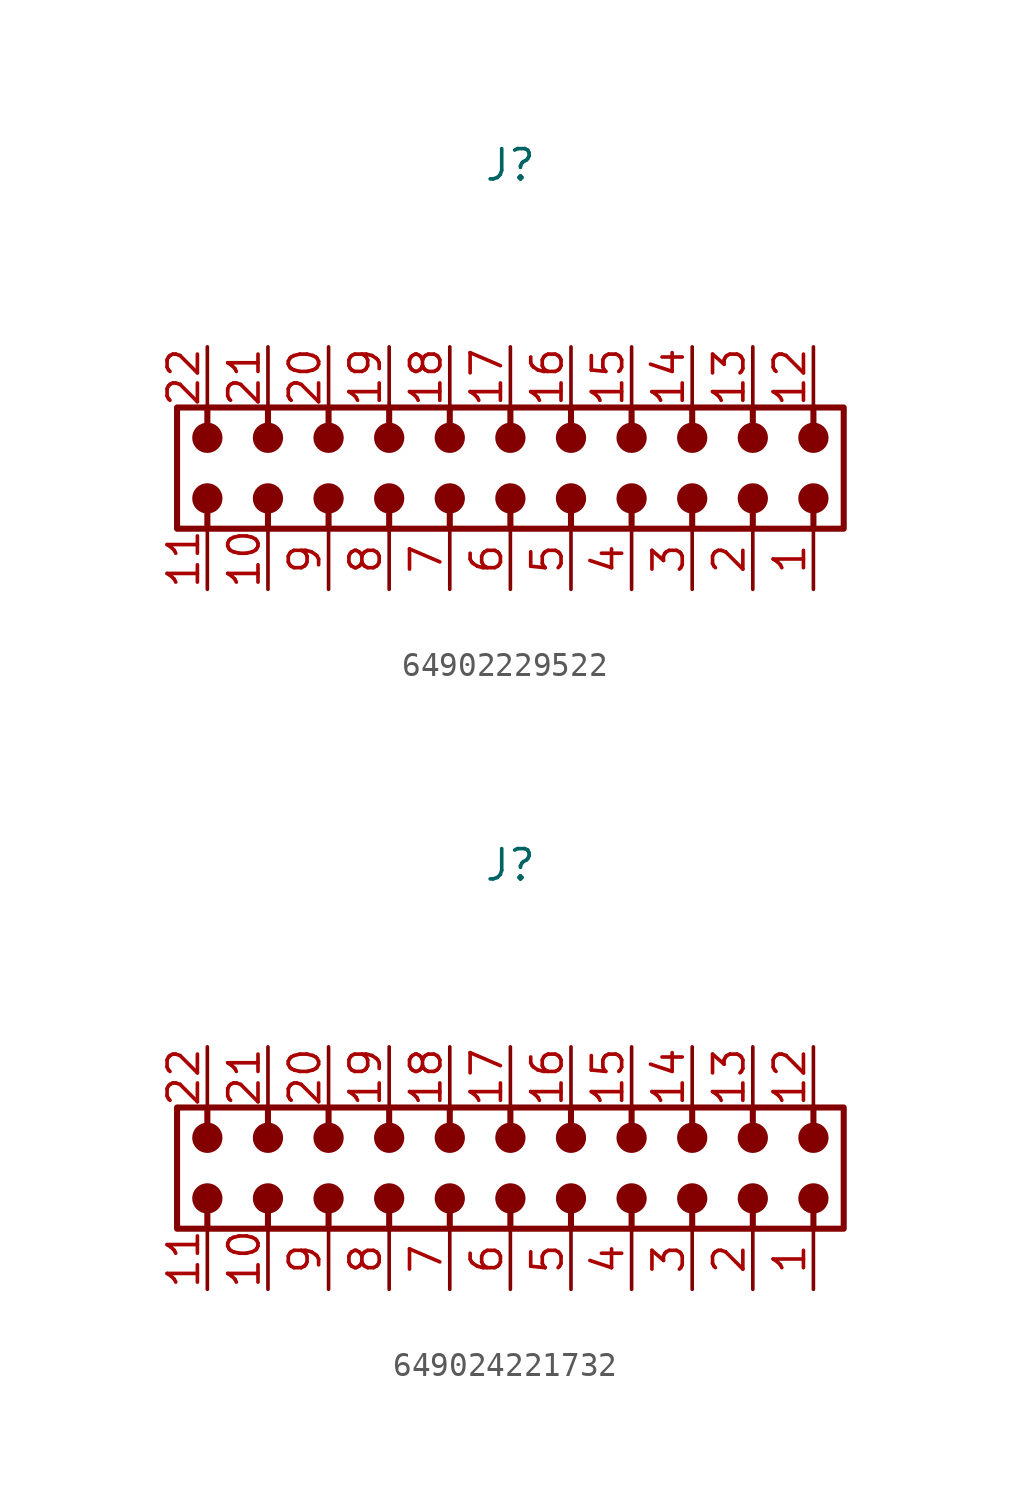
<source format=kicad_sym>
(kicad_symbol_lib
  (version 20241209)
  (generator "kicad_symbol_editor")
  (generator_version "9.0")
  (symbol "64902229522"
    (pin_names
      (hide yes))
    (property "Reference" "J"
      (at 0 12.7 0)
      (effects (font (size 1.27 1.27))))
    (symbol "64902229522_1_1"
      (rectangle (start -13.97 2.54) (end 13.97 -2.54) (stroke (width 0.254) (type solid)) (fill (type none)))
      (polyline (pts (xy -12.7 1.778) (xy -12.7 2.54)) (stroke (width 0.254) (type solid)) (fill (type none)))
      (circle (center -12.7 1.27) (radius 0.508) (stroke (width 0.254) (type solid)) (fill (type outline)))
      (circle (center -12.7 -1.27) (radius 0.508) (stroke (width 0.254) (type solid)) (fill (type outline)))
      (polyline (pts (xy -12.7 -1.778) (xy -12.7 -2.54)) (stroke (width 0.254) (type solid)) (fill (type none)))
      (polyline (pts (xy -10.16 1.778) (xy -10.16 2.54)) (stroke (width 0.254) (type solid)) (fill (type none)))
      (circle (center -10.16 1.27) (radius 0.508) (stroke (width 0.254) (type solid)) (fill (type outline)))
      (circle (center -10.16 -1.27) (radius 0.508) (stroke (width 0.254) (type solid)) (fill (type outline)))
      (polyline (pts (xy -10.16 -1.778) (xy -10.16 -2.54)) (stroke (width 0.254) (type solid)) (fill (type none)))
      (polyline (pts (xy -7.62 1.778) (xy -7.62 2.54)) (stroke (width 0.254) (type solid)) (fill (type none)))
      (circle (center -7.62 1.27) (radius 0.508) (stroke (width 0.254) (type solid)) (fill (type outline)))
      (circle (center -7.62 -1.27) (radius 0.508) (stroke (width 0.254) (type solid)) (fill (type outline)))
      (polyline (pts (xy -7.62 -1.778) (xy -7.62 -2.54)) (stroke (width 0.254) (type solid)) (fill (type none)))
      (polyline (pts (xy -5.08 1.778) (xy -5.08 2.54)) (stroke (width 0.254) (type solid)) (fill (type none)))
      (circle (center -5.08 1.27) (radius 0.508) (stroke (width 0.254) (type solid)) (fill (type outline)))
      (circle (center -5.08 -1.27) (radius 0.508) (stroke (width 0.254) (type solid)) (fill (type outline)))
      (polyline (pts (xy -5.08 -1.778) (xy -5.08 -2.54)) (stroke (width 0.254) (type solid)) (fill (type none)))
      (polyline (pts (xy -2.54 1.778) (xy -2.54 2.54)) (stroke (width 0.254) (type solid)) (fill (type none)))
      (circle (center -2.54 1.27) (radius 0.508) (stroke (width 0.254) (type solid)) (fill (type outline)))
      (circle (center -2.54 -1.27) (radius 0.508) (stroke (width 0.254) (type solid)) (fill (type outline)))
      (polyline (pts (xy -2.54 -1.778) (xy -2.54 -2.54)) (stroke (width 0.254) (type solid)) (fill (type none)))
      (polyline (pts (xy 0 1.778) (xy 0 2.54)) (stroke (width 0.254) (type solid)) (fill (type none)))
      (circle (center 0 1.27) (radius 0.508) (stroke (width 0.254) (type solid)) (fill (type outline)))
      (circle (center 0 -1.27) (radius 0.508) (stroke (width 0.254) (type solid)) (fill (type outline)))
      (polyline (pts (xy 0 -1.778) (xy 0 -2.54)) (stroke (width 0.254) (type solid)) (fill (type none)))
      (polyline (pts (xy 2.54 1.778) (xy 2.54 2.54)) (stroke (width 0.254) (type solid)) (fill (type none)))
      (circle (center 2.54 1.27) (radius 0.508) (stroke (width 0.254) (type solid)) (fill (type outline)))
      (circle (center 2.54 -1.27) (radius 0.508) (stroke (width 0.254) (type solid)) (fill (type outline)))
      (polyline (pts (xy 2.54 -1.778) (xy 2.54 -2.54)) (stroke (width 0.254) (type solid)) (fill (type none)))
      (polyline (pts (xy 5.08 1.778) (xy 5.08 2.54)) (stroke (width 0.254) (type solid)) (fill (type none)))
      (circle (center 5.08 1.27) (radius 0.508) (stroke (width 0.254) (type solid)) (fill (type outline)))
      (circle (center 5.08 -1.27) (radius 0.508) (stroke (width 0.254) (type solid)) (fill (type outline)))
      (polyline (pts (xy 5.08 -1.778) (xy 5.08 -2.54)) (stroke (width 0.254) (type solid)) (fill (type none)))
      (polyline (pts (xy 7.62 1.778) (xy 7.62 2.54)) (stroke (width 0.254) (type solid)) (fill (type none)))
      (circle (center 7.62 1.27) (radius 0.508) (stroke (width 0.254) (type solid)) (fill (type outline)))
      (circle (center 7.62 -1.27) (radius 0.508) (stroke (width 0.254) (type solid)) (fill (type outline)))
      (polyline (pts (xy 7.62 -1.778) (xy 7.62 -2.54)) (stroke (width 0.254) (type solid)) (fill (type none)))
      (polyline (pts (xy 10.16 1.778) (xy 10.16 2.54)) (stroke (width 0.254) (type solid)) (fill (type none)))
      (circle (center 10.16 1.27) (radius 0.508) (stroke (width 0.254) (type solid)) (fill (type outline)))
      (circle (center 10.16 -1.27) (radius 0.508) (stroke (width 0.254) (type solid)) (fill (type outline)))
      (polyline (pts (xy 10.16 -1.778) (xy 10.16 -2.54)) (stroke (width 0.254) (type solid)) (fill (type none)))
      (polyline (pts (xy 12.7 1.778) (xy 12.7 2.54)) (stroke (width 0.254) (type solid)) (fill (type none)))
      (circle (center 12.7 1.27) (radius 0.508) (stroke (width 0.254) (type solid)) (fill (type outline)))
      (circle (center 12.7 -1.27) (radius 0.508) (stroke (width 0.254) (type solid)) (fill (type outline)))
      (polyline (pts (xy 12.7 -1.778) (xy 12.7 -2.54)) (stroke (width 0.254) (type solid)) (fill (type none)))
      (pin passive line (at -12.7 5.08 270) (length 2.54) (name "22" (effects (font (size 1.27 1.27)))) (number "22" (effects (font (size 1.27 1.27)))))
      (pin passive line (at -12.7 -5.08 90) (length 2.54) (name "11" (effects (font (size 1.27 1.27)))) (number "11" (effects (font (size 1.27 1.27)))))
      (pin passive line (at -10.16 5.08 270) (length 2.54) (name "21" (effects (font (size 1.27 1.27)))) (number "21" (effects (font (size 1.27 1.27)))))
      (pin passive line (at -10.16 -5.08 90) (length 2.54) (name "10" (effects (font (size 1.27 1.27)))) (number "10" (effects (font (size 1.27 1.27)))))
      (pin passive line (at -7.62 5.08 270) (length 2.54) (name "20" (effects (font (size 1.27 1.27)))) (number "20" (effects (font (size 1.27 1.27)))))
      (pin passive line (at -7.62 -5.08 90) (length 2.54) (name "9" (effects (font (size 1.27 1.27)))) (number "9" (effects (font (size 1.27 1.27)))))
      (pin passive line (at -5.08 5.08 270) (length 2.54) (name "19" (effects (font (size 1.27 1.27)))) (number "19" (effects (font (size 1.27 1.27)))))
      (pin passive line (at -5.08 -5.08 90) (length 2.54) (name "8" (effects (font (size 1.27 1.27)))) (number "8" (effects (font (size 1.27 1.27)))))
      (pin passive line (at -2.54 5.08 270) (length 2.54) (name "18" (effects (font (size 1.27 1.27)))) (number "18" (effects (font (size 1.27 1.27)))))
      (pin passive line (at -2.54 -5.08 90) (length 2.54) (name "7" (effects (font (size 1.27 1.27)))) (number "7" (effects (font (size 1.27 1.27)))))
      (pin passive line (at 0 5.08 270) (length 2.54) (name "17" (effects (font (size 1.27 1.27)))) (number "17" (effects (font (size 1.27 1.27)))))
      (pin passive line (at 0 -5.08 90) (length 2.54) (name "6" (effects (font (size 1.27 1.27)))) (number "6" (effects (font (size 1.27 1.27)))))
      (pin passive line (at 2.54 5.08 270) (length 2.54) (name "16" (effects (font (size 1.27 1.27)))) (number "16" (effects (font (size 1.27 1.27)))))
      (pin passive line (at 2.54 -5.08 90) (length 2.54) (name "5" (effects (font (size 1.27 1.27)))) (number "5" (effects (font (size 1.27 1.27)))))
      (pin passive line (at 5.08 5.08 270) (length 2.54) (name "15" (effects (font (size 1.27 1.27)))) (number "15" (effects (font (size 1.27 1.27)))))
      (pin passive line (at 5.08 -5.08 90) (length 2.54) (name "4" (effects (font (size 1.27 1.27)))) (number "4" (effects (font (size 1.27 1.27)))))
      (pin passive line (at 7.62 5.08 270) (length 2.54) (name "14" (effects (font (size 1.27 1.27)))) (number "14" (effects (font (size 1.27 1.27)))))
      (pin passive line (at 7.62 -5.08 90) (length 2.54) (name "3" (effects (font (size 1.27 1.27)))) (number "3" (effects (font (size 1.27 1.27)))))
      (pin passive line (at 10.16 5.08 270) (length 2.54) (name "13" (effects (font (size 1.27 1.27)))) (number "13" (effects (font (size 1.27 1.27)))))
      (pin passive line (at 10.16 -5.08 90) (length 2.54) (name "2" (effects (font (size 1.27 1.27)))) (number "2" (effects (font (size 1.27 1.27)))))
      (pin passive line (at 12.7 5.08 270) (length 2.54) (name "12" (effects (font (size 1.27 1.27)))) (number "12" (effects (font (size 1.27 1.27)))))
      (pin passive line (at 12.7 -5.08 90) (length 2.54) (name "1" (effects (font (size 1.27 1.27)))) (number "1" (effects (font (size 1.27 1.27)))))))
  (symbol "649024221732"
    (pin_names
      (hide yes))
    (property "Reference" "J"
      (at 0 12.7 0)
      (effects (font (size 1.27 1.27))))
    (symbol "649024221732_1_1"
      (rectangle (start -13.97 2.54) (end 13.97 -2.54) (stroke (width 0.254) (type solid)) (fill (type none)))
      (polyline (pts (xy -12.7 1.778) (xy -12.7 2.54)) (stroke (width 0.254) (type solid)) (fill (type none)))
      (circle (center -12.7 1.27) (radius 0.508) (stroke (width 0.254) (type solid)) (fill (type outline)))
      (circle (center -12.7 -1.27) (radius 0.508) (stroke (width 0.254) (type solid)) (fill (type outline)))
      (polyline (pts (xy -12.7 -1.778) (xy -12.7 -2.54)) (stroke (width 0.254) (type solid)) (fill (type none)))
      (polyline (pts (xy -10.16 1.778) (xy -10.16 2.54)) (stroke (width 0.254) (type solid)) (fill (type none)))
      (circle (center -10.16 1.27) (radius 0.508) (stroke (width 0.254) (type solid)) (fill (type outline)))
      (circle (center -10.16 -1.27) (radius 0.508) (stroke (width 0.254) (type solid)) (fill (type outline)))
      (polyline (pts (xy -10.16 -1.778) (xy -10.16 -2.54)) (stroke (width 0.254) (type solid)) (fill (type none)))
      (polyline (pts (xy -7.62 1.778) (xy -7.62 2.54)) (stroke (width 0.254) (type solid)) (fill (type none)))
      (circle (center -7.62 1.27) (radius 0.508) (stroke (width 0.254) (type solid)) (fill (type outline)))
      (circle (center -7.62 -1.27) (radius 0.508) (stroke (width 0.254) (type solid)) (fill (type outline)))
      (polyline (pts (xy -7.62 -1.778) (xy -7.62 -2.54)) (stroke (width 0.254) (type solid)) (fill (type none)))
      (polyline (pts (xy -5.08 1.778) (xy -5.08 2.54)) (stroke (width 0.254) (type solid)) (fill (type none)))
      (circle (center -5.08 1.27) (radius 0.508) (stroke (width 0.254) (type solid)) (fill (type outline)))
      (circle (center -5.08 -1.27) (radius 0.508) (stroke (width 0.254) (type solid)) (fill (type outline)))
      (polyline (pts (xy -5.08 -1.778) (xy -5.08 -2.54)) (stroke (width 0.254) (type solid)) (fill (type none)))
      (polyline (pts (xy -2.54 1.778) (xy -2.54 2.54)) (stroke (width 0.254) (type solid)) (fill (type none)))
      (circle (center -2.54 1.27) (radius 0.508) (stroke (width 0.254) (type solid)) (fill (type outline)))
      (circle (center -2.54 -1.27) (radius 0.508) (stroke (width 0.254) (type solid)) (fill (type outline)))
      (polyline (pts (xy -2.54 -1.778) (xy -2.54 -2.54)) (stroke (width 0.254) (type solid)) (fill (type none)))
      (polyline (pts (xy 0 1.778) (xy 0 2.54)) (stroke (width 0.254) (type solid)) (fill (type none)))
      (circle (center 0 1.27) (radius 0.508) (stroke (width 0.254) (type solid)) (fill (type outline)))
      (circle (center 0 -1.27) (radius 0.508) (stroke (width 0.254) (type solid)) (fill (type outline)))
      (polyline (pts (xy 0 -1.778) (xy 0 -2.54)) (stroke (width 0.254) (type solid)) (fill (type none)))
      (polyline (pts (xy 2.54 1.778) (xy 2.54 2.54)) (stroke (width 0.254) (type solid)) (fill (type none)))
      (circle (center 2.54 1.27) (radius 0.508) (stroke (width 0.254) (type solid)) (fill (type outline)))
      (circle (center 2.54 -1.27) (radius 0.508) (stroke (width 0.254) (type solid)) (fill (type outline)))
      (polyline (pts (xy 2.54 -1.778) (xy 2.54 -2.54)) (stroke (width 0.254) (type solid)) (fill (type none)))
      (polyline (pts (xy 5.08 1.778) (xy 5.08 2.54)) (stroke (width 0.254) (type solid)) (fill (type none)))
      (circle (center 5.08 1.27) (radius 0.508) (stroke (width 0.254) (type solid)) (fill (type outline)))
      (circle (center 5.08 -1.27) (radius 0.508) (stroke (width 0.254) (type solid)) (fill (type outline)))
      (polyline (pts (xy 5.08 -1.778) (xy 5.08 -2.54)) (stroke (width 0.254) (type solid)) (fill (type none)))
      (polyline (pts (xy 7.62 1.778) (xy 7.62 2.54)) (stroke (width 0.254) (type solid)) (fill (type none)))
      (circle (center 7.62 1.27) (radius 0.508) (stroke (width 0.254) (type solid)) (fill (type outline)))
      (circle (center 7.62 -1.27) (radius 0.508) (stroke (width 0.254) (type solid)) (fill (type outline)))
      (polyline (pts (xy 7.62 -1.778) (xy 7.62 -2.54)) (stroke (width 0.254) (type solid)) (fill (type none)))
      (polyline (pts (xy 10.16 1.778) (xy 10.16 2.54)) (stroke (width 0.254) (type solid)) (fill (type none)))
      (circle (center 10.16 1.27) (radius 0.508) (stroke (width 0.254) (type solid)) (fill (type outline)))
      (circle (center 10.16 -1.27) (radius 0.508) (stroke (width 0.254) (type solid)) (fill (type outline)))
      (polyline (pts (xy 10.16 -1.778) (xy 10.16 -2.54)) (stroke (width 0.254) (type solid)) (fill (type none)))
      (polyline (pts (xy 12.7 1.778) (xy 12.7 2.54)) (stroke (width 0.254) (type solid)) (fill (type none)))
      (circle (center 12.7 1.27) (radius 0.508) (stroke (width 0.254) (type solid)) (fill (type outline)))
      (circle (center 12.7 -1.27) (radius 0.508) (stroke (width 0.254) (type solid)) (fill (type outline)))
      (polyline (pts (xy 12.7 -1.778) (xy 12.7 -2.54)) (stroke (width 0.254) (type solid)) (fill (type none)))
      (pin passive line (at -12.7 5.08 270) (length 2.54) (name "22" (effects (font (size 1.27 1.27)))) (number "22" (effects (font (size 1.27 1.27)))))
      (pin passive line (at -12.7 -5.08 90) (length 2.54) (name "11" (effects (font (size 1.27 1.27)))) (number "11" (effects (font (size 1.27 1.27)))))
      (pin passive line (at -10.16 5.08 270) (length 2.54) (name "21" (effects (font (size 1.27 1.27)))) (number "21" (effects (font (size 1.27 1.27)))))
      (pin passive line (at -10.16 -5.08 90) (length 2.54) (name "10" (effects (font (size 1.27 1.27)))) (number "10" (effects (font (size 1.27 1.27)))))
      (pin passive line (at -7.62 5.08 270) (length 2.54) (name "20" (effects (font (size 1.27 1.27)))) (number "20" (effects (font (size 1.27 1.27)))))
      (pin passive line (at -7.62 -5.08 90) (length 2.54) (name "9" (effects (font (size 1.27 1.27)))) (number "9" (effects (font (size 1.27 1.27)))))
      (pin passive line (at -5.08 5.08 270) (length 2.54) (name "19" (effects (font (size 1.27 1.27)))) (number "19" (effects (font (size 1.27 1.27)))))
      (pin passive line (at -5.08 -5.08 90) (length 2.54) (name "8" (effects (font (size 1.27 1.27)))) (number "8" (effects (font (size 1.27 1.27)))))
      (pin passive line (at -2.54 5.08 270) (length 2.54) (name "18" (effects (font (size 1.27 1.27)))) (number "18" (effects (font (size 1.27 1.27)))))
      (pin passive line (at -2.54 -5.08 90) (length 2.54) (name "7" (effects (font (size 1.27 1.27)))) (number "7" (effects (font (size 1.27 1.27)))))
      (pin passive line (at 0 5.08 270) (length 2.54) (name "17" (effects (font (size 1.27 1.27)))) (number "17" (effects (font (size 1.27 1.27)))))
      (pin passive line (at 0 -5.08 90) (length 2.54) (name "6" (effects (font (size 1.27 1.27)))) (number "6" (effects (font (size 1.27 1.27)))))
      (pin passive line (at 2.54 5.08 270) (length 2.54) (name "16" (effects (font (size 1.27 1.27)))) (number "16" (effects (font (size 1.27 1.27)))))
      (pin passive line (at 2.54 -5.08 90) (length 2.54) (name "5" (effects (font (size 1.27 1.27)))) (number "5" (effects (font (size 1.27 1.27)))))
      (pin passive line (at 5.08 5.08 270) (length 2.54) (name "15" (effects (font (size 1.27 1.27)))) (number "15" (effects (font (size 1.27 1.27)))))
      (pin passive line (at 5.08 -5.08 90) (length 2.54) (name "4" (effects (font (size 1.27 1.27)))) (number "4" (effects (font (size 1.27 1.27)))))
      (pin passive line (at 7.62 5.08 270) (length 2.54) (name "14" (effects (font (size 1.27 1.27)))) (number "14" (effects (font (size 1.27 1.27)))))
      (pin passive line (at 7.62 -5.08 90) (length 2.54) (name "3" (effects (font (size 1.27 1.27)))) (number "3" (effects (font (size 1.27 1.27)))))
      (pin passive line (at 10.16 5.08 270) (length 2.54) (name "13" (effects (font (size 1.27 1.27)))) (number "13" (effects (font (size 1.27 1.27)))))
      (pin passive line (at 10.16 -5.08 90) (length 2.54) (name "2" (effects (font (size 1.27 1.27)))) (number "2" (effects (font (size 1.27 1.27)))))
      (pin passive line (at 12.7 5.08 270) (length 2.54) (name "12" (effects (font (size 1.27 1.27)))) (number "12" (effects (font (size 1.27 1.27)))))
      (pin passive line (at 12.7 -5.08 90) (length 2.54) (name "1" (effects (font (size 1.27 1.27)))) (number "1" (effects (font (size 1.27 1.27))))))))
</source>
